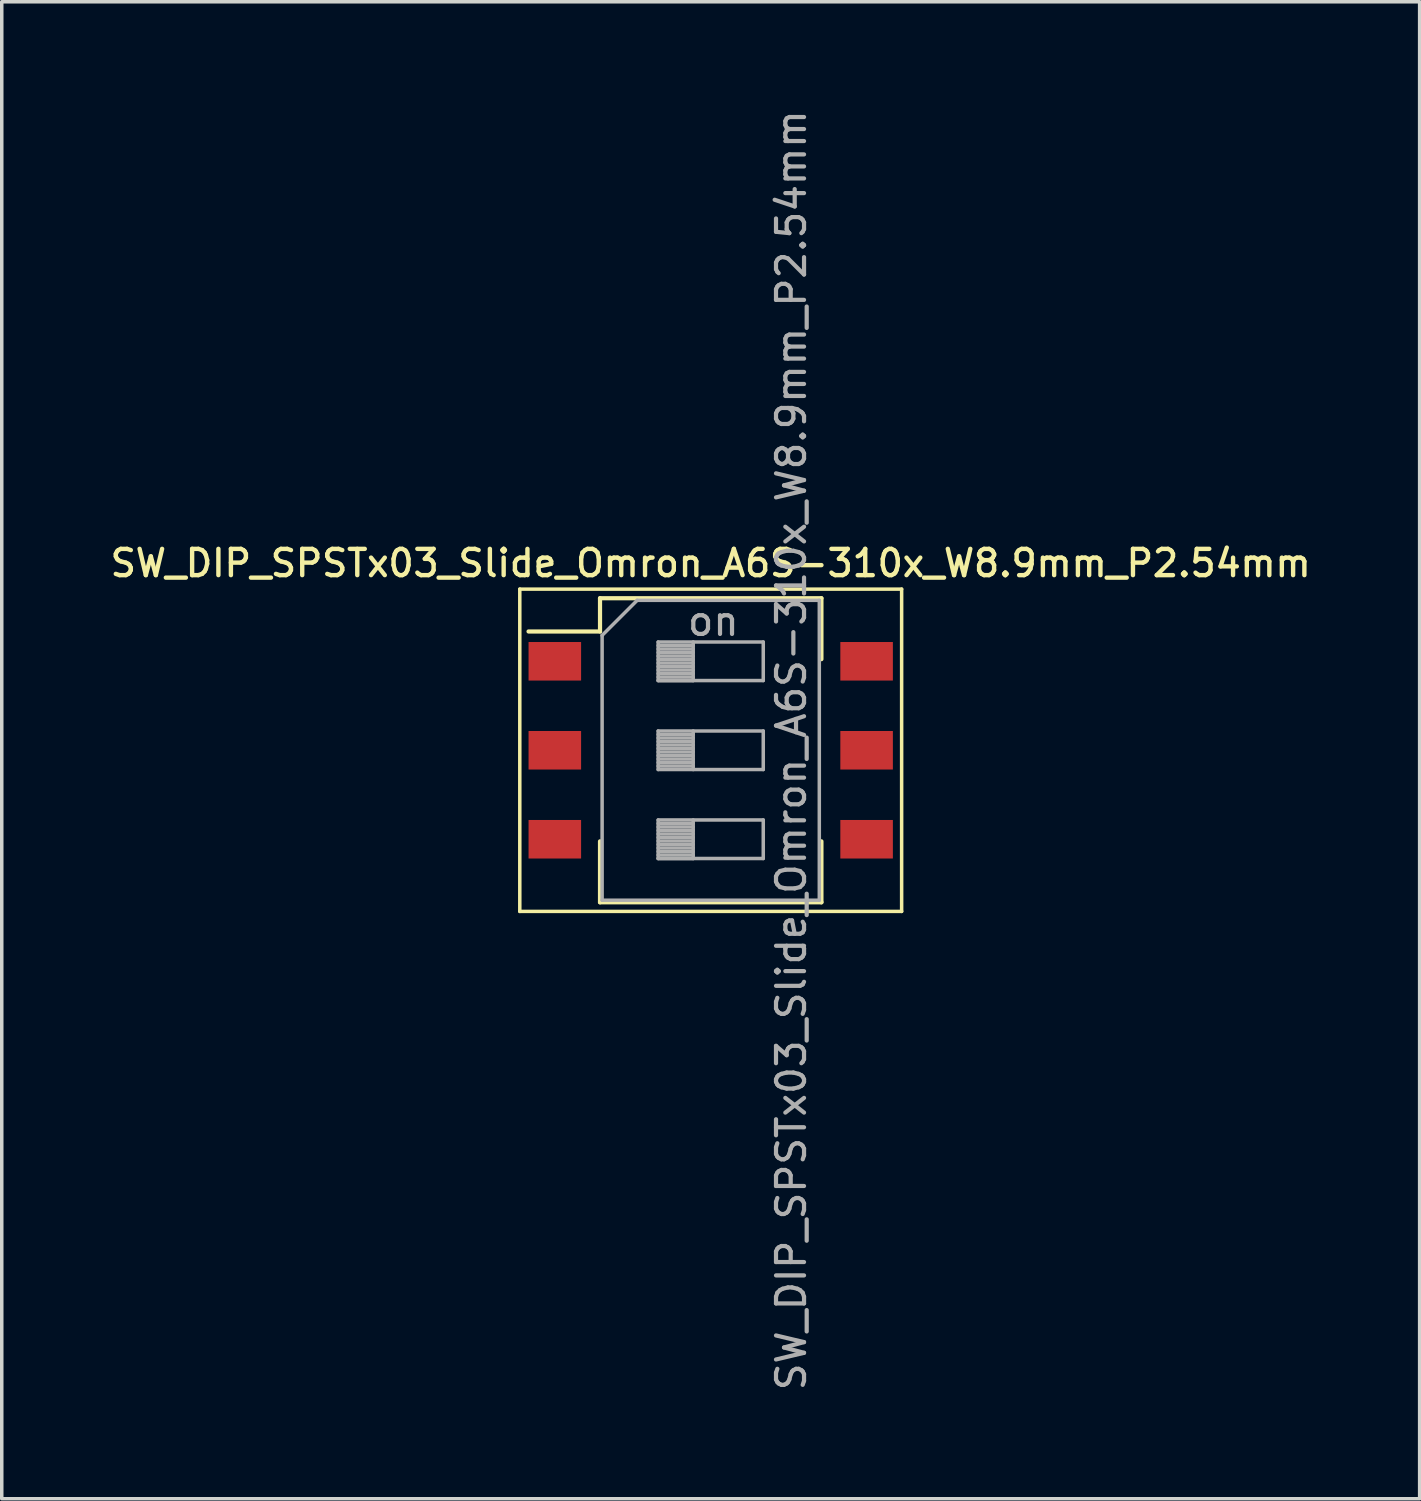
<source format=kicad_pcb>
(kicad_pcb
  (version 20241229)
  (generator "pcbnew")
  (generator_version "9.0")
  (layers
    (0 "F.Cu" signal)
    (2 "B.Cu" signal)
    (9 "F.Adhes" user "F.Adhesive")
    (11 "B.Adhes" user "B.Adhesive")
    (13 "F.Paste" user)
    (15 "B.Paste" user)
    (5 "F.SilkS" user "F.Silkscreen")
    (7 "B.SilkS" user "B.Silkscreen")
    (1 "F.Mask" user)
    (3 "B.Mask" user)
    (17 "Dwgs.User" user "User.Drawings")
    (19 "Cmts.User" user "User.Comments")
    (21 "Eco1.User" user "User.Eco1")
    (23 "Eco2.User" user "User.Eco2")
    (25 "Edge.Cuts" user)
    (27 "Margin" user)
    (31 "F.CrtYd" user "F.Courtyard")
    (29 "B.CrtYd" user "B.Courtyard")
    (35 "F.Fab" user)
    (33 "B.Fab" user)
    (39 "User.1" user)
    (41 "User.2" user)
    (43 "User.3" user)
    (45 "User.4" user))
  (footprint "SW_DIP_SPSTx03_Slide_Omron_A6S-310x_W8.9mm_P2.54mm"
    (layer "F.Cu")
    (at 17.238 18.367)
    (property "Reference" "SW_DIP_SPSTx03_Slide_Omron_A6S-310x_W8.9mm_P2.54mm" (at 0 -5.34 0) (layer "F.SilkS") (effects (font (size 0.75 0.75) (thickness 0.125))))
    (attr smd)
    (fp_line (start -5.45 -4.6) (end -5.45 4.6) (stroke (width 0.1) (type solid)) (layer "F.SilkS"))
    (fp_line (start -5.45 4.6) (end 5.45 4.6) (stroke (width 0.1) (type solid)) (layer "F.SilkS"))
    (fp_line (start -5.2 -3.391) (end -3.16 -3.391) (stroke (width 0.12) (type solid)) (layer "F.SilkS"))
    (fp_line (start -3.16 -4.34) (end -3.16 -3.391) (stroke (width 0.12) (type solid)) (layer "F.SilkS"))
    (fp_line (start -3.16 -4.34) (end 3.16 -4.34) (stroke (width 0.12) (type solid)) (layer "F.SilkS"))
    (fp_line (start -3.16 2.6) (end -3.16 4.34) (stroke (width 0.12) (type solid)) (layer "F.SilkS"))
    (fp_line (start -3.16 4.34) (end 3.16 4.34) (stroke (width 0.12) (type solid)) (layer "F.SilkS"))
    (fp_line (start 3.16 -4.34) (end 3.16 -2.601) (stroke (width 0.12) (type solid)) (layer "F.SilkS"))
    (fp_line (start 3.16 2.6) (end 3.16 4.34) (stroke (width 0.12) (type solid)) (layer "F.SilkS"))
    (fp_line (start 5.45 -4.6) (end -5.45 -4.6) (stroke (width 0.1) (type solid)) (layer "F.SilkS"))
    (fp_line (start 5.45 4.6) (end 5.45 -4.6) (stroke (width 0.1) (type solid)) (layer "F.SilkS"))
    (fp_line (start -3.1 -3.28) (end -2.1 -4.28) (stroke (width 0.1) (type solid)) (layer "F.Fab"))
    (fp_line (start -3.1 4.28) (end -3.1 -3.28) (stroke (width 0.1) (type solid)) (layer "F.Fab"))
    (fp_line (start -2.1 -4.28) (end 3.1 -4.28) (stroke (width 0.1) (type solid)) (layer "F.Fab"))
    (fp_line (start -1.5 -3.09) (end -1.5 -1.99) (stroke (width 0.1) (type solid)) (layer "F.Fab"))
    (fp_line (start -1.5 -2.99) (end -0.5 -2.99) (stroke (width 0.1) (type solid)) (layer "F.Fab"))
    (fp_line (start -1.5 -2.89) (end -0.5 -2.89) (stroke (width 0.1) (type solid)) (layer "F.Fab"))
    (fp_line (start -1.5 -2.79) (end -0.5 -2.79) (stroke (width 0.1) (type solid)) (layer "F.Fab"))
    (fp_line (start -1.5 -2.69) (end -0.5 -2.69) (stroke (width 0.1) (type solid)) (layer "F.Fab"))
    (fp_line (start -1.5 -2.59) (end -0.5 -2.59) (stroke (width 0.1) (type solid)) (layer "F.Fab"))
    (fp_line (start -1.5 -2.49) (end -0.5 -2.49) (stroke (width 0.1) (type solid)) (layer "F.Fab"))
    (fp_line (start -1.5 -2.39) (end -0.5 -2.39) (stroke (width 0.1) (type solid)) (layer "F.Fab"))
    (fp_line (start -1.5 -2.29) (end -0.5 -2.29) (stroke (width 0.1) (type solid)) (layer "F.Fab"))
    (fp_line (start -1.5 -2.19) (end -0.5 -2.19) (stroke (width 0.1) (type solid)) (layer "F.Fab"))
    (fp_line (start -1.5 -2.09) (end -0.5 -2.09) (stroke (width 0.1) (type solid)) (layer "F.Fab"))
    (fp_line (start -1.5 -1.99) (end -0.5 -1.99) (stroke (width 0.1) (type solid)) (layer "F.Fab"))
    (fp_line (start -1.5 -1.99) (end 1.5 -1.99) (stroke (width 0.1) (type solid)) (layer "F.Fab"))
    (fp_line (start -1.5 -0.55) (end -1.5 0.55) (stroke (width 0.1) (type solid)) (layer "F.Fab"))
    (fp_line (start -1.5 -0.45) (end -0.5 -0.45) (stroke (width 0.1) (type solid)) (layer "F.Fab"))
    (fp_line (start -1.5 -0.35) (end -0.5 -0.35) (stroke (width 0.1) (type solid)) (layer "F.Fab"))
    (fp_line (start -1.5 -0.25) (end -0.5 -0.25) (stroke (width 0.1) (type solid)) (layer "F.Fab"))
    (fp_line (start -1.5 -0.15) (end -0.5 -0.15) (stroke (width 0.1) (type solid)) (layer "F.Fab"))
    (fp_line (start -1.5 -0.05) (end -0.5 -0.05) (stroke (width 0.1) (type solid)) (layer "F.Fab"))
    (fp_line (start -1.5 0.05) (end -0.5 0.05) (stroke (width 0.1) (type solid)) (layer "F.Fab"))
    (fp_line (start -1.5 0.15) (end -0.5 0.15) (stroke (width 0.1) (type solid)) (layer "F.Fab"))
    (fp_line (start -1.5 0.25) (end -0.5 0.25) (stroke (width 0.1) (type solid)) (layer "F.Fab"))
    (fp_line (start -1.5 0.35) (end -0.5 0.35) (stroke (width 0.1) (type solid)) (layer "F.Fab"))
    (fp_line (start -1.5 0.45) (end -0.5 0.45) (stroke (width 0.1) (type solid)) (layer "F.Fab"))
    (fp_line (start -1.5 0.55) (end 1.5 0.55) (stroke (width 0.1) (type solid)) (layer "F.Fab"))
    (fp_line (start -1.5 1.99) (end -1.5 3.09) (stroke (width 0.1) (type solid)) (layer "F.Fab"))
    (fp_line (start -1.5 2.09) (end -0.5 2.09) (stroke (width 0.1) (type solid)) (layer "F.Fab"))
    (fp_line (start -1.5 2.19) (end -0.5 2.19) (stroke (width 0.1) (type solid)) (layer "F.Fab"))
    (fp_line (start -1.5 2.29) (end -0.5 2.29) (stroke (width 0.1) (type solid)) (layer "F.Fab"))
    (fp_line (start -1.5 2.39) (end -0.5 2.39) (stroke (width 0.1) (type solid)) (layer "F.Fab"))
    (fp_line (start -1.5 2.49) (end -0.5 2.49) (stroke (width 0.1) (type solid)) (layer "F.Fab"))
    (fp_line (start -1.5 2.59) (end -0.5 2.59) (stroke (width 0.1) (type solid)) (layer "F.Fab"))
    (fp_line (start -1.5 2.69) (end -0.5 2.69) (stroke (width 0.1) (type solid)) (layer "F.Fab"))
    (fp_line (start -1.5 2.79) (end -0.5 2.79) (stroke (width 0.1) (type solid)) (layer "F.Fab"))
    (fp_line (start -1.5 2.89) (end -0.5 2.89) (stroke (width 0.1) (type solid)) (layer "F.Fab"))
    (fp_line (start -1.5 2.99) (end -0.5 2.99) (stroke (width 0.1) (type solid)) (layer "F.Fab"))
    (fp_line (start -1.5 3.09) (end -0.5 3.09) (stroke (width 0.1) (type solid)) (layer "F.Fab"))
    (fp_line (start -1.5 3.09) (end 1.5 3.09) (stroke (width 0.1) (type solid)) (layer "F.Fab"))
    (fp_line (start -0.5 -3.09) (end -0.5 -1.99) (stroke (width 0.1) (type solid)) (layer "F.Fab"))
    (fp_line (start -0.5 -0.55) (end -0.5 0.55) (stroke (width 0.1) (type solid)) (layer "F.Fab"))
    (fp_line (start -0.5 1.99) (end -0.5 3.09) (stroke (width 0.1) (type solid)) (layer "F.Fab"))
    (fp_line (start 1.5 -3.09) (end -1.5 -3.09) (stroke (width 0.1) (type solid)) (layer "F.Fab"))
    (fp_line (start 1.5 -1.99) (end 1.5 -3.09) (stroke (width 0.1) (type solid)) (layer "F.Fab"))
    (fp_line (start 1.5 -0.55) (end -1.5 -0.55) (stroke (width 0.1) (type solid)) (layer "F.Fab"))
    (fp_line (start 1.5 0.55) (end 1.5 -0.55) (stroke (width 0.1) (type solid)) (layer "F.Fab"))
    (fp_line (start 1.5 1.99) (end -1.5 1.99) (stroke (width 0.1) (type solid)) (layer "F.Fab"))
    (fp_line (start 1.5 3.09) (end 1.5 1.99) (stroke (width 0.1) (type solid)) (layer "F.Fab"))
    (fp_line (start 3.1 -4.28) (end 3.1 4.28) (stroke (width 0.1) (type solid)) (layer "F.Fab"))
    (fp_line (start 3.1 4.28) (end -3.1 4.28) (stroke (width 0.1) (type solid)) (layer "F.Fab"))
    (fp_text user "on" (at 0.075 -3.685 0) (layer "F.Fab") (effects (font (size 0.8 0.8) (thickness 0.12))))
    (fp_text user "${REFERENCE}" (at 2.3 0 90) (layer "F.Fab") (effects (font (size 0.8 0.8) (thickness 0.12))))
    (pad "1" smd rect (at -4.45 -2.54) (size 1.5 1.1) (layers "F.Cu" "F.Mask" "F.Paste"))
    (pad "2" smd rect (at -4.45 0) (size 1.5 1.1) (layers "F.Cu" "F.Mask" "F.Paste"))
    (pad "3" smd rect (at -4.45 2.54) (size 1.5 1.1) (layers "F.Cu" "F.Mask" "F.Paste"))
    (pad "4" smd rect (at 4.45 2.54) (size 1.5 1.1) (layers "F.Cu" "F.Mask" "F.Paste"))
    (pad "5" smd rect (at 4.45 0) (size 1.5 1.1) (layers "F.Cu" "F.Mask" "F.Paste"))
    (pad "6" smd rect (at 4.45 -2.54) (size 1.5 1.1) (layers "F.Cu" "F.Mask" "F.Paste")))
  (gr_rect
    (start -3 -3)
    (end 37.475 39.733)
    (stroke (width 0.1) (type default))
    (fill no)
    (layer "Edge.Cuts")))
</source>
